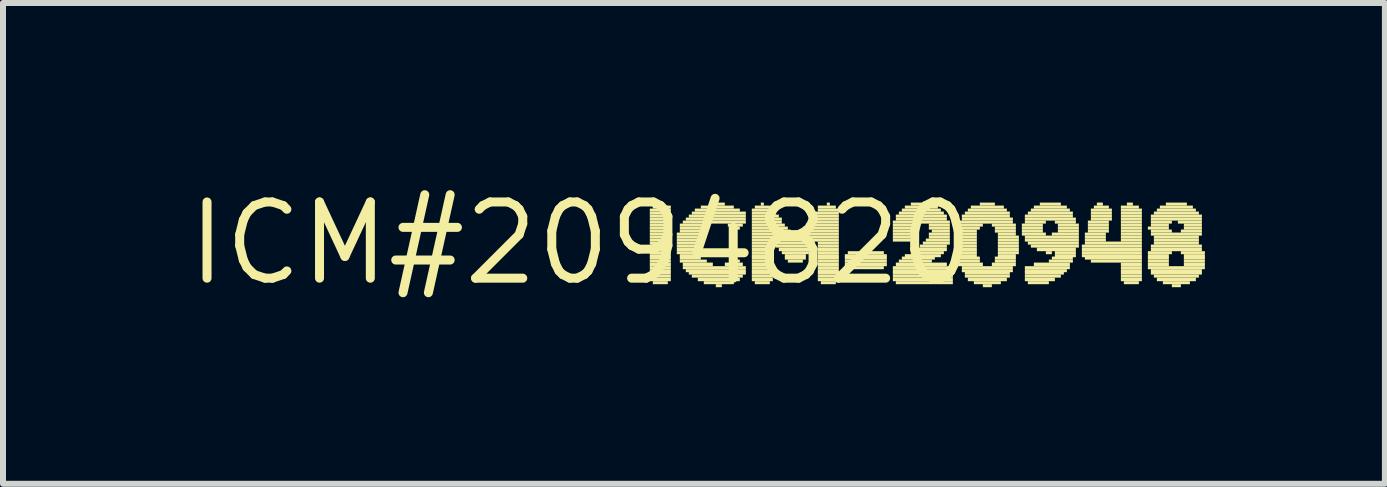
<source format=kicad_pcb>
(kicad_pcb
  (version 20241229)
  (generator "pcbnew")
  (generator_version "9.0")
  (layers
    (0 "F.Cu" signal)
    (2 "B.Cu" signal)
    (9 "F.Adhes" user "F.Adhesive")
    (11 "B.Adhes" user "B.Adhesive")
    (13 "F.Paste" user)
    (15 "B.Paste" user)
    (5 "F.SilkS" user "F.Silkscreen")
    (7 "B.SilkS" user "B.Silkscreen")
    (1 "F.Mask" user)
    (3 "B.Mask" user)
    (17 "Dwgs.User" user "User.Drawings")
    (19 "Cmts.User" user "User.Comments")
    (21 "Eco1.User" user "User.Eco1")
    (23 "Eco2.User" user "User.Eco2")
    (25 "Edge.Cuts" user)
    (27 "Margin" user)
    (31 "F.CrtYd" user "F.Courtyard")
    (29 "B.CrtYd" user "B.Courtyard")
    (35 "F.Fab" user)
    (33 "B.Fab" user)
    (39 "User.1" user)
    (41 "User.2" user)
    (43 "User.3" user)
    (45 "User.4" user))
  (footprint "ICM#2094820"
    (layer "F.Cu")
    (at 6.629 1.006)
    (property "Reference" "ICM#2094820" (at 0 0 0) (layer "F.SilkS") (effects (font (size 1.27 1.27) (thickness 0.15))))
    (attr through_hole)
    (fp_poly (pts (xy 1.15 -0.53) (xy 1.5 -0.53) (xy 1.5 -0.58) (xy 1.15 -0.58)) (stroke (width 0) (type solid)) (fill yes) (layer "F.SilkS"))
    (fp_poly (pts (xy 1.15 -0.48) (xy 1.5 -0.48) (xy 1.5 -0.53) (xy 1.15 -0.53)) (stroke (width 0) (type solid)) (fill yes) (layer "F.SilkS"))
    (fp_poly (pts (xy 1.15 -0.43) (xy 1.5 -0.43) (xy 1.5 -0.48) (xy 1.15 -0.48)) (stroke (width 0) (type solid)) (fill yes) (layer "F.SilkS"))
    (fp_poly (pts (xy 1.15 -0.38) (xy 1.5 -0.38) (xy 1.5 -0.43) (xy 1.15 -0.43)) (stroke (width 0) (type solid)) (fill yes) (layer "F.SilkS"))
    (fp_poly (pts (xy 1.15 -0.33) (xy 1.5 -0.33) (xy 1.5 -0.38) (xy 1.15 -0.38)) (stroke (width 0) (type solid)) (fill yes) (layer "F.SilkS"))
    (fp_poly (pts (xy 1.15 -0.28) (xy 1.5 -0.28) (xy 1.5 -0.33) (xy 1.15 -0.33)) (stroke (width 0) (type solid)) (fill yes) (layer "F.SilkS"))
    (fp_poly (pts (xy 1.15 -0.23) (xy 1.5 -0.23) (xy 1.5 -0.28) (xy 1.15 -0.28)) (stroke (width 0) (type solid)) (fill yes) (layer "F.SilkS"))
    (fp_poly (pts (xy 1.15 -0.18) (xy 1.5 -0.18) (xy 1.5 -0.23) (xy 1.15 -0.23)) (stroke (width 0) (type solid)) (fill yes) (layer "F.SilkS"))
    (fp_poly (pts (xy 1.15 -0.13) (xy 1.5 -0.13) (xy 1.5 -0.18) (xy 1.15 -0.18)) (stroke (width 0) (type solid)) (fill yes) (layer "F.SilkS"))
    (fp_poly (pts (xy 1.15 -0.08) (xy 1.5 -0.08) (xy 1.5 -0.13) (xy 1.15 -0.13)) (stroke (width 0) (type solid)) (fill yes) (layer "F.SilkS"))
    (fp_poly (pts (xy 1.15 -0.03) (xy 1.5 -0.03) (xy 1.5 -0.08) (xy 1.15 -0.08)) (stroke (width 0) (type solid)) (fill yes) (layer "F.SilkS"))
    (fp_poly (pts (xy 1.15 0.02) (xy 1.5 0.02) (xy 1.5 -0.03) (xy 1.15 -0.03)) (stroke (width 0) (type solid)) (fill yes) (layer "F.SilkS"))
    (fp_poly (pts (xy 1.15 0.07) (xy 1.5 0.07) (xy 1.5 0.02) (xy 1.15 0.02)) (stroke (width 0) (type solid)) (fill yes) (layer "F.SilkS"))
    (fp_poly (pts (xy 1.15 0.13) (xy 1.5 0.13) (xy 1.5 0.07) (xy 1.15 0.07)) (stroke (width 0) (type solid)) (fill yes) (layer "F.SilkS"))
    (fp_poly (pts (xy 1.15 0.18) (xy 1.5 0.18) (xy 1.5 0.13) (xy 1.15 0.13)) (stroke (width 0) (type solid)) (fill yes) (layer "F.SilkS"))
    (fp_poly (pts (xy 1.15 0.23) (xy 1.5 0.23) (xy 1.5 0.18) (xy 1.15 0.18)) (stroke (width 0) (type solid)) (fill yes) (layer "F.SilkS"))
    (fp_poly (pts (xy 1.15 0.27) (xy 1.5 0.27) (xy 1.5 0.22) (xy 1.15 0.22)) (stroke (width 0) (type solid)) (fill yes) (layer "F.SilkS"))
    (fp_poly (pts (xy 1.15 0.32) (xy 1.5 0.32) (xy 1.5 0.27) (xy 1.15 0.27)) (stroke (width 0) (type solid)) (fill yes) (layer "F.SilkS"))
    (fp_poly (pts (xy 1.15 0.38) (xy 1.5 0.38) (xy 1.5 0.32) (xy 1.15 0.32)) (stroke (width 0) (type solid)) (fill yes) (layer "F.SilkS"))
    (fp_poly (pts (xy 1.15 0.43) (xy 1.5 0.43) (xy 1.5 0.38) (xy 1.15 0.38)) (stroke (width 0) (type solid)) (fill yes) (layer "F.SilkS"))
    (fp_poly (pts (xy 1.15 0.48) (xy 1.5 0.48) (xy 1.5 0.43) (xy 1.15 0.43)) (stroke (width 0) (type solid)) (fill yes) (layer "F.SilkS"))
    (fp_poly (pts (xy 1.15 0.52) (xy 1.5 0.52) (xy 1.5 0.47) (xy 1.15 0.47)) (stroke (width 0) (type solid)) (fill yes) (layer "F.SilkS"))
    (fp_poly (pts (xy 1.15 0.57) (xy 1.5 0.57) (xy 1.5 0.52) (xy 1.15 0.52)) (stroke (width 0) (type solid)) (fill yes) (layer "F.SilkS"))
    (fp_poly (pts (xy 1.15 0.63) (xy 1.5 0.63) (xy 1.5 0.57) (xy 1.15 0.57)) (stroke (width 0) (type solid)) (fill yes) (layer "F.SilkS"))
    (fp_poly (pts (xy 1.2 -0.58) (xy 1.5 -0.58) (xy 1.5 -0.63) (xy 1.2 -0.63)) (stroke (width 0) (type solid)) (fill yes) (layer "F.SilkS"))
    (fp_poly (pts (xy 1.2 0.68) (xy 1.45 0.68) (xy 1.45 0.63) (xy 1.2 0.63)) (stroke (width 0) (type solid)) (fill yes) (layer "F.SilkS"))
    (fp_poly (pts (xy 1.3 -0.63) (xy 1.35 -0.63) (xy 1.35 -0.68) (xy 1.3 -0.68)) (stroke (width 0) (type solid)) (fill yes) (layer "F.SilkS"))
    (fp_poly (pts (xy 1.6 -0.13) (xy 2 -0.13) (xy 2 -0.18) (xy 1.6 -0.18)) (stroke (width 0) (type solid)) (fill yes) (layer "F.SilkS"))
    (fp_poly (pts (xy 1.6 -0.08) (xy 1.95 -0.08) (xy 1.95 -0.13) (xy 1.6 -0.13)) (stroke (width 0) (type solid)) (fill yes) (layer "F.SilkS"))
    (fp_poly (pts (xy 1.6 -0.03) (xy 1.95 -0.03) (xy 1.95 -0.08) (xy 1.6 -0.08)) (stroke (width 0) (type solid)) (fill yes) (layer "F.SilkS"))
    (fp_poly (pts (xy 1.6 0.02) (xy 1.95 0.02) (xy 1.95 -0.03) (xy 1.6 -0.03)) (stroke (width 0) (type solid)) (fill yes) (layer "F.SilkS"))
    (fp_poly (pts (xy 1.6 0.07) (xy 1.95 0.07) (xy 1.95 0.02) (xy 1.6 0.02)) (stroke (width 0) (type solid)) (fill yes) (layer "F.SilkS"))
    (fp_poly (pts (xy 1.6 0.13) (xy 1.95 0.13) (xy 1.95 0.07) (xy 1.6 0.07)) (stroke (width 0) (type solid)) (fill yes) (layer "F.SilkS"))
    (fp_poly (pts (xy 1.6 0.18) (xy 1.95 0.18) (xy 1.95 0.13) (xy 1.6 0.13)) (stroke (width 0) (type solid)) (fill yes) (layer "F.SilkS"))
    (fp_poly (pts (xy 1.65 -0.28) (xy 2.15 -0.28) (xy 2.15 -0.33) (xy 1.65 -0.33)) (stroke (width 0) (type solid)) (fill yes) (layer "F.SilkS"))
    (fp_poly (pts (xy 1.65 -0.23) (xy 2.05 -0.23) (xy 2.05 -0.28) (xy 1.65 -0.28)) (stroke (width 0) (type solid)) (fill yes) (layer "F.SilkS"))
    (fp_poly (pts (xy 1.65 -0.18) (xy 2 -0.18) (xy 2 -0.23) (xy 1.65 -0.23)) (stroke (width 0) (type solid)) (fill yes) (layer "F.SilkS"))
    (fp_poly (pts (xy 1.65 0.23) (xy 2 0.23) (xy 2 0.18) (xy 1.65 0.18)) (stroke (width 0) (type solid)) (fill yes) (layer "F.SilkS"))
    (fp_poly (pts (xy 1.65 0.27) (xy 2 0.27) (xy 2 0.22) (xy 1.65 0.22)) (stroke (width 0) (type solid)) (fill yes) (layer "F.SilkS"))
    (fp_poly (pts (xy 1.65 0.32) (xy 2.1 0.32) (xy 2.1 0.27) (xy 1.65 0.27)) (stroke (width 0) (type solid)) (fill yes) (layer "F.SilkS"))
    (fp_poly (pts (xy 1.7 -0.33) (xy 2.75 -0.33) (xy 2.75 -0.38) (xy 1.7 -0.38)) (stroke (width 0) (type solid)) (fill yes) (layer "F.SilkS"))
    (fp_poly (pts (xy 1.7 0.38) (xy 2.2 0.38) (xy 2.2 0.32) (xy 1.7 0.32)) (stroke (width 0) (type solid)) (fill yes) (layer "F.SilkS"))
    (fp_poly (pts (xy 1.7 0.43) (xy 2.75 0.43) (xy 2.75 0.38) (xy 1.7 0.38)) (stroke (width 0) (type solid)) (fill yes) (layer "F.SilkS"))
    (fp_poly (pts (xy 1.75 -0.38) (xy 2.75 -0.38) (xy 2.75 -0.43) (xy 1.75 -0.43)) (stroke (width 0) (type solid)) (fill yes) (layer "F.SilkS"))
    (fp_poly (pts (xy 1.75 0.48) (xy 2.75 0.48) (xy 2.75 0.43) (xy 1.75 0.43)) (stroke (width 0) (type solid)) (fill yes) (layer "F.SilkS"))
    (fp_poly (pts (xy 1.8 -0.43) (xy 2.75 -0.43) (xy 2.75 -0.48) (xy 1.8 -0.48)) (stroke (width 0) (type solid)) (fill yes) (layer "F.SilkS"))
    (fp_poly (pts (xy 1.8 0.52) (xy 2.75 0.52) (xy 2.75 0.47) (xy 1.8 0.47)) (stroke (width 0) (type solid)) (fill yes) (layer "F.SilkS"))
    (fp_poly (pts (xy 1.85 -0.48) (xy 2.75 -0.48) (xy 2.75 -0.53) (xy 1.85 -0.53)) (stroke (width 0) (type solid)) (fill yes) (layer "F.SilkS"))
    (fp_poly (pts (xy 1.85 0.57) (xy 2.7 0.57) (xy 2.7 0.52) (xy 1.85 0.52)) (stroke (width 0) (type solid)) (fill yes) (layer "F.SilkS"))
    (fp_poly (pts (xy 1.9 -0.53) (xy 2.65 -0.53) (xy 2.65 -0.58) (xy 1.9 -0.58)) (stroke (width 0) (type solid)) (fill yes) (layer "F.SilkS"))
    (fp_poly (pts (xy 1.95 0.63) (xy 2.65 0.63) (xy 2.65 0.57) (xy 1.95 0.57)) (stroke (width 0) (type solid)) (fill yes) (layer "F.SilkS"))
    (fp_poly (pts (xy 2 -0.58) (xy 2.55 -0.58) (xy 2.55 -0.63) (xy 2 -0.63)) (stroke (width 0) (type solid)) (fill yes) (layer "F.SilkS"))
    (fp_poly (pts (xy 2.05 0.68) (xy 2.55 0.68) (xy 2.55 0.63) (xy 2.05 0.63)) (stroke (width 0) (type solid)) (fill yes) (layer "F.SilkS"))
    (fp_poly (pts (xy 2.15 -0.63) (xy 2.4 -0.63) (xy 2.4 -0.68) (xy 2.15 -0.68)) (stroke (width 0) (type solid)) (fill yes) (layer "F.SilkS"))
    (fp_poly (pts (xy 2.25 0.73) (xy 2.35 0.73) (xy 2.35 0.68) (xy 2.25 0.68)) (stroke (width 0) (type solid)) (fill yes) (layer "F.SilkS"))
    (fp_poly (pts (xy 2.4 0.38) (xy 2.7 0.38) (xy 2.7 0.32) (xy 2.4 0.32)) (stroke (width 0) (type solid)) (fill yes) (layer "F.SilkS"))
    (fp_poly (pts (xy 2.45 -0.28) (xy 2.7 -0.28) (xy 2.7 -0.33) (xy 2.45 -0.33)) (stroke (width 0) (type solid)) (fill yes) (layer "F.SilkS"))
    (fp_poly (pts (xy 2.5 -0.23) (xy 2.65 -0.23) (xy 2.65 -0.28) (xy 2.5 -0.28)) (stroke (width 0) (type solid)) (fill yes) (layer "F.SilkS"))
    (fp_poly (pts (xy 2.5 0.32) (xy 2.65 0.32) (xy 2.65 0.27) (xy 2.5 0.27)) (stroke (width 0) (type solid)) (fill yes) (layer "F.SilkS"))
    (fp_poly (pts (xy 2.85 -0.53) (xy 3.2 -0.53) (xy 3.2 -0.58) (xy 2.85 -0.58)) (stroke (width 0) (type solid)) (fill yes) (layer "F.SilkS"))
    (fp_poly (pts (xy 2.85 -0.48) (xy 3.25 -0.48) (xy 3.25 -0.53) (xy 2.85 -0.53)) (stroke (width 0) (type solid)) (fill yes) (layer "F.SilkS"))
    (fp_poly (pts (xy 2.85 -0.43) (xy 3.3 -0.43) (xy 3.3 -0.48) (xy 2.85 -0.48)) (stroke (width 0) (type solid)) (fill yes) (layer "F.SilkS"))
    (fp_poly (pts (xy 2.85 -0.38) (xy 3.35 -0.38) (xy 3.35 -0.43) (xy 2.85 -0.43)) (stroke (width 0) (type solid)) (fill yes) (layer "F.SilkS"))
    (fp_poly (pts (xy 2.85 -0.33) (xy 3.35 -0.33) (xy 3.35 -0.38) (xy 2.85 -0.38)) (stroke (width 0) (type solid)) (fill yes) (layer "F.SilkS"))
    (fp_poly (pts (xy 2.85 -0.28) (xy 3.4 -0.28) (xy 3.4 -0.33) (xy 2.85 -0.33)) (stroke (width 0) (type solid)) (fill yes) (layer "F.SilkS"))
    (fp_poly (pts (xy 2.85 -0.23) (xy 3.45 -0.23) (xy 3.45 -0.28) (xy 2.85 -0.28)) (stroke (width 0) (type solid)) (fill yes) (layer "F.SilkS"))
    (fp_poly (pts (xy 2.85 -0.18) (xy 3.5 -0.18) (xy 3.5 -0.23) (xy 2.85 -0.23)) (stroke (width 0) (type solid)) (fill yes) (layer "F.SilkS"))
    (fp_poly (pts (xy 2.85 -0.13) (xy 3.5 -0.13) (xy 3.5 -0.18) (xy 2.85 -0.18)) (stroke (width 0) (type solid)) (fill yes) (layer "F.SilkS"))
    (fp_poly (pts (xy 2.85 -0.08) (xy 3.55 -0.08) (xy 3.55 -0.13) (xy 2.85 -0.13)) (stroke (width 0) (type solid)) (fill yes) (layer "F.SilkS"))
    (fp_poly (pts (xy 2.85 -0.03) (xy 4.3 -0.03) (xy 4.3 -0.08) (xy 2.85 -0.08)) (stroke (width 0) (type solid)) (fill yes) (layer "F.SilkS"))
    (fp_poly (pts (xy 2.85 0.02) (xy 3.2 0.02) (xy 3.2 -0.03) (xy 2.85 -0.03)) (stroke (width 0) (type solid)) (fill yes) (layer "F.SilkS"))
    (fp_poly (pts (xy 2.85 0.07) (xy 3.2 0.07) (xy 3.2 0.02) (xy 2.85 0.02)) (stroke (width 0) (type solid)) (fill yes) (layer "F.SilkS"))
    (fp_poly (pts (xy 2.85 0.13) (xy 3.2 0.13) (xy 3.2 0.07) (xy 2.85 0.07)) (stroke (width 0) (type solid)) (fill yes) (layer "F.SilkS"))
    (fp_poly (pts (xy 2.85 0.18) (xy 3.2 0.18) (xy 3.2 0.13) (xy 2.85 0.13)) (stroke (width 0) (type solid)) (fill yes) (layer "F.SilkS"))
    (fp_poly (pts (xy 2.85 0.23) (xy 3.2 0.23) (xy 3.2 0.18) (xy 2.85 0.18)) (stroke (width 0) (type solid)) (fill yes) (layer "F.SilkS"))
    (fp_poly (pts (xy 2.85 0.27) (xy 3.2 0.27) (xy 3.2 0.22) (xy 2.85 0.22)) (stroke (width 0) (type solid)) (fill yes) (layer "F.SilkS"))
    (fp_poly (pts (xy 2.85 0.32) (xy 3.2 0.32) (xy 3.2 0.27) (xy 2.85 0.27)) (stroke (width 0) (type solid)) (fill yes) (layer "F.SilkS"))
    (fp_poly (pts (xy 2.85 0.38) (xy 3.2 0.38) (xy 3.2 0.32) (xy 2.85 0.32)) (stroke (width 0) (type solid)) (fill yes) (layer "F.SilkS"))
    (fp_poly (pts (xy 2.85 0.43) (xy 3.2 0.43) (xy 3.2 0.38) (xy 2.85 0.38)) (stroke (width 0) (type solid)) (fill yes) (layer "F.SilkS"))
    (fp_poly (pts (xy 2.85 0.48) (xy 3.2 0.48) (xy 3.2 0.43) (xy 2.85 0.43)) (stroke (width 0) (type solid)) (fill yes) (layer "F.SilkS"))
    (fp_poly (pts (xy 2.85 0.52) (xy 3.2 0.52) (xy 3.2 0.47) (xy 2.85 0.47)) (stroke (width 0) (type solid)) (fill yes) (layer "F.SilkS"))
    (fp_poly (pts (xy 2.85 0.57) (xy 3.2 0.57) (xy 3.2 0.52) (xy 2.85 0.52)) (stroke (width 0) (type solid)) (fill yes) (layer "F.SilkS"))
    (fp_poly (pts (xy 2.85 0.63) (xy 3.2 0.63) (xy 3.2 0.57) (xy 2.85 0.57)) (stroke (width 0) (type solid)) (fill yes) (layer "F.SilkS"))
    (fp_poly (pts (xy 2.9 -0.58) (xy 3.15 -0.58) (xy 3.15 -0.63) (xy 2.9 -0.63)) (stroke (width 0) (type solid)) (fill yes) (layer "F.SilkS"))
    (fp_poly (pts (xy 2.9 0.68) (xy 3.15 0.68) (xy 3.15 0.63) (xy 2.9 0.63)) (stroke (width 0) (type solid)) (fill yes) (layer "F.SilkS"))
    (fp_poly (pts (xy 3 -0.63) (xy 3.05 -0.63) (xy 3.05 -0.68) (xy 3 -0.68)) (stroke (width 0) (type solid)) (fill yes) (layer "F.SilkS"))
    (fp_poly (pts (xy 3.25 0.02) (xy 3.9 0.02) (xy 3.9 -0.03) (xy 3.25 -0.03)) (stroke (width 0) (type solid)) (fill yes) (layer "F.SilkS"))
    (fp_poly (pts (xy 3.25 0.07) (xy 3.85 0.07) (xy 3.85 0.02) (xy 3.25 0.02)) (stroke (width 0) (type solid)) (fill yes) (layer "F.SilkS"))
    (fp_poly (pts (xy 3.3 0.13) (xy 3.85 0.13) (xy 3.85 0.07) (xy 3.3 0.07)) (stroke (width 0) (type solid)) (fill yes) (layer "F.SilkS"))
    (fp_poly (pts (xy 3.35 0.18) (xy 3.8 0.18) (xy 3.8 0.13) (xy 3.35 0.13)) (stroke (width 0) (type solid)) (fill yes) (layer "F.SilkS"))
    (fp_poly (pts (xy 3.4 0.23) (xy 3.75 0.23) (xy 3.75 0.18) (xy 3.4 0.18)) (stroke (width 0) (type solid)) (fill yes) (layer "F.SilkS"))
    (fp_poly (pts (xy 3.4 0.27) (xy 3.75 0.27) (xy 3.75 0.22) (xy 3.4 0.22)) (stroke (width 0) (type solid)) (fill yes) (layer "F.SilkS"))
    (fp_poly (pts (xy 3.45 0.32) (xy 3.7 0.32) (xy 3.7 0.27) (xy 3.45 0.27)) (stroke (width 0) (type solid)) (fill yes) (layer "F.SilkS"))
    (fp_poly (pts (xy 3.6 -0.08) (xy 4.3 -0.08) (xy 4.3 -0.13) (xy 3.6 -0.13)) (stroke (width 0) (type solid)) (fill yes) (layer "F.SilkS"))
    (fp_poly (pts (xy 3.65 -0.18) (xy 4.3 -0.18) (xy 4.3 -0.23) (xy 3.65 -0.23)) (stroke (width 0) (type solid)) (fill yes) (layer "F.SilkS"))
    (fp_poly (pts (xy 3.65 -0.13) (xy 4.3 -0.13) (xy 4.3 -0.18) (xy 3.65 -0.18)) (stroke (width 0) (type solid)) (fill yes) (layer "F.SilkS"))
    (fp_poly (pts (xy 3.7 -0.23) (xy 4.3 -0.23) (xy 4.3 -0.28) (xy 3.7 -0.28)) (stroke (width 0) (type solid)) (fill yes) (layer "F.SilkS"))
    (fp_poly (pts (xy 3.75 -0.28) (xy 4.3 -0.28) (xy 4.3 -0.33) (xy 3.75 -0.33)) (stroke (width 0) (type solid)) (fill yes) (layer "F.SilkS"))
    (fp_poly (pts (xy 3.8 -0.38) (xy 4.3 -0.38) (xy 4.3 -0.43) (xy 3.8 -0.43)) (stroke (width 0) (type solid)) (fill yes) (layer "F.SilkS"))
    (fp_poly (pts (xy 3.8 -0.33) (xy 4.3 -0.33) (xy 4.3 -0.38) (xy 3.8 -0.38)) (stroke (width 0) (type solid)) (fill yes) (layer "F.SilkS"))
    (fp_poly (pts (xy 3.85 -0.43) (xy 4.3 -0.43) (xy 4.3 -0.48) (xy 3.85 -0.48)) (stroke (width 0) (type solid)) (fill yes) (layer "F.SilkS"))
    (fp_poly (pts (xy 3.9 -0.48) (xy 4.3 -0.48) (xy 4.3 -0.53) (xy 3.9 -0.53)) (stroke (width 0) (type solid)) (fill yes) (layer "F.SilkS"))
    (fp_poly (pts (xy 3.95 -0.58) (xy 4.25 -0.58) (xy 4.25 -0.63) (xy 3.95 -0.63)) (stroke (width 0) (type solid)) (fill yes) (layer "F.SilkS"))
    (fp_poly (pts (xy 3.95 -0.53) (xy 4.3 -0.53) (xy 4.3 -0.58) (xy 3.95 -0.58)) (stroke (width 0) (type solid)) (fill yes) (layer "F.SilkS"))
    (fp_poly (pts (xy 3.95 0.02) (xy 4.3 0.02) (xy 4.3 -0.03) (xy 3.95 -0.03)) (stroke (width 0) (type solid)) (fill yes) (layer "F.SilkS"))
    (fp_poly (pts (xy 3.95 0.07) (xy 4.3 0.07) (xy 4.3 0.02) (xy 3.95 0.02)) (stroke (width 0) (type solid)) (fill yes) (layer "F.SilkS"))
    (fp_poly (pts (xy 3.95 0.13) (xy 4.3 0.13) (xy 4.3 0.07) (xy 3.95 0.07)) (stroke (width 0) (type solid)) (fill yes) (layer "F.SilkS"))
    (fp_poly (pts (xy 3.95 0.18) (xy 4.3 0.18) (xy 4.3 0.13) (xy 3.95 0.13)) (stroke (width 0) (type solid)) (fill yes) (layer "F.SilkS"))
    (fp_poly (pts (xy 3.95 0.23) (xy 4.3 0.23) (xy 4.3 0.18) (xy 3.95 0.18)) (stroke (width 0) (type solid)) (fill yes) (layer "F.SilkS"))
    (fp_poly (pts (xy 3.95 0.27) (xy 4.3 0.27) (xy 4.3 0.22) (xy 3.95 0.22)) (stroke (width 0) (type solid)) (fill yes) (layer "F.SilkS"))
    (fp_poly (pts (xy 3.95 0.32) (xy 4.3 0.32) (xy 4.3 0.27) (xy 3.95 0.27)) (stroke (width 0) (type solid)) (fill yes) (layer "F.SilkS"))
    (fp_poly (pts (xy 3.95 0.38) (xy 4.3 0.38) (xy 4.3 0.32) (xy 3.95 0.32)) (stroke (width 0) (type solid)) (fill yes) (layer "F.SilkS"))
    (fp_poly (pts (xy 3.95 0.43) (xy 4.3 0.43) (xy 4.3 0.38) (xy 3.95 0.38)) (stroke (width 0) (type solid)) (fill yes) (layer "F.SilkS"))
    (fp_poly (pts (xy 3.95 0.48) (xy 4.3 0.48) (xy 4.3 0.43) (xy 3.95 0.43)) (stroke (width 0) (type solid)) (fill yes) (layer "F.SilkS"))
    (fp_poly (pts (xy 3.95 0.52) (xy 4.3 0.52) (xy 4.3 0.47) (xy 3.95 0.47)) (stroke (width 0) (type solid)) (fill yes) (layer "F.SilkS"))
    (fp_poly (pts (xy 3.95 0.57) (xy 4.3 0.57) (xy 4.3 0.52) (xy 3.95 0.52)) (stroke (width 0) (type solid)) (fill yes) (layer "F.SilkS"))
    (fp_poly (pts (xy 3.95 0.63) (xy 4.3 0.63) (xy 4.3 0.57) (xy 3.95 0.57)) (stroke (width 0) (type solid)) (fill yes) (layer "F.SilkS"))
    (fp_poly (pts (xy 4 0.68) (xy 4.25 0.68) (xy 4.25 0.63) (xy 4 0.63)) (stroke (width 0) (type solid)) (fill yes) (layer "F.SilkS"))
    (fp_poly (pts (xy 4.1 -0.63) (xy 4.15 -0.63) (xy 4.15 -0.68) (xy 4.1 -0.68)) (stroke (width 0) (type solid)) (fill yes) (layer "F.SilkS"))
    (fp_poly (pts (xy 4.4 0.23) (xy 5.1 0.23) (xy 5.1 0.18) (xy 4.4 0.18)) (stroke (width 0) (type solid)) (fill yes) (layer "F.SilkS"))
    (fp_poly (pts (xy 4.4 0.27) (xy 5.1 0.27) (xy 5.1 0.22) (xy 4.4 0.22)) (stroke (width 0) (type solid)) (fill yes) (layer "F.SilkS"))
    (fp_poly (pts (xy 4.4 0.32) (xy 5.1 0.32) (xy 5.1 0.27) (xy 4.4 0.27)) (stroke (width 0) (type solid)) (fill yes) (layer "F.SilkS"))
    (fp_poly (pts (xy 4.4 0.38) (xy 5.1 0.38) (xy 5.1 0.32) (xy 4.4 0.32)) (stroke (width 0) (type solid)) (fill yes) (layer "F.SilkS"))
    (fp_poly (pts (xy 4.4 0.43) (xy 5.05 0.43) (xy 5.05 0.38) (xy 4.4 0.38)) (stroke (width 0) (type solid)) (fill yes) (layer "F.SilkS"))
    (fp_poly (pts (xy 4.45 0.18) (xy 5.05 0.18) (xy 5.05 0.13) (xy 4.45 0.13)) (stroke (width 0) (type solid)) (fill yes) (layer "F.SilkS"))
    (fp_poly (pts (xy 5.2 -0.33) (xy 6.15 -0.33) (xy 6.15 -0.38) (xy 5.2 -0.38)) (stroke (width 0) (type solid)) (fill yes) (layer "F.SilkS"))
    (fp_poly (pts (xy 5.2 -0.28) (xy 5.55 -0.28) (xy 5.55 -0.33) (xy 5.2 -0.33)) (stroke (width 0) (type solid)) (fill yes) (layer "F.SilkS"))
    (fp_poly (pts (xy 5.2 -0.23) (xy 5.55 -0.23) (xy 5.55 -0.28) (xy 5.2 -0.28)) (stroke (width 0) (type solid)) (fill yes) (layer "F.SilkS"))
    (fp_poly (pts (xy 5.2 -0.18) (xy 5.5 -0.18) (xy 5.5 -0.23) (xy 5.2 -0.23)) (stroke (width 0) (type solid)) (fill yes) (layer "F.SilkS"))
    (fp_poly (pts (xy 5.2 -0.13) (xy 5.5 -0.13) (xy 5.5 -0.18) (xy 5.2 -0.18)) (stroke (width 0) (type solid)) (fill yes) (layer "F.SilkS"))
    (fp_poly (pts (xy 5.2 -0.08) (xy 5.5 -0.08) (xy 5.5 -0.13) (xy 5.2 -0.13)) (stroke (width 0) (type solid)) (fill yes) (layer "F.SilkS"))
    (fp_poly (pts (xy 5.2 -0.03) (xy 5.5 -0.03) (xy 5.5 -0.08) (xy 5.2 -0.08)) (stroke (width 0) (type solid)) (fill yes) (layer "F.SilkS"))
    (fp_poly (pts (xy 5.2 0.43) (xy 6.2 0.43) (xy 6.2 0.38) (xy 5.2 0.38)) (stroke (width 0) (type solid)) (fill yes) (layer "F.SilkS"))
    (fp_poly (pts (xy 5.2 0.48) (xy 6.2 0.48) (xy 6.2 0.43) (xy 5.2 0.43)) (stroke (width 0) (type solid)) (fill yes) (layer "F.SilkS"))
    (fp_poly (pts (xy 5.2 0.52) (xy 6.2 0.52) (xy 6.2 0.47) (xy 5.2 0.47)) (stroke (width 0) (type solid)) (fill yes) (layer "F.SilkS"))
    (fp_poly (pts (xy 5.2 0.57) (xy 6.2 0.57) (xy 6.2 0.52) (xy 5.2 0.52)) (stroke (width 0) (type solid)) (fill yes) (layer "F.SilkS"))
    (fp_poly (pts (xy 5.2 0.63) (xy 6.2 0.63) (xy 6.2 0.57) (xy 5.2 0.57)) (stroke (width 0) (type solid)) (fill yes) (layer "F.SilkS"))
    (fp_poly (pts (xy 5.25 -0.43) (xy 6.1 -0.43) (xy 6.1 -0.48) (xy 5.25 -0.48)) (stroke (width 0) (type solid)) (fill yes) (layer "F.SilkS"))
    (fp_poly (pts (xy 5.25 -0.38) (xy 6.1 -0.38) (xy 6.1 -0.43) (xy 5.25 -0.43)) (stroke (width 0) (type solid)) (fill yes) (layer "F.SilkS"))
    (fp_poly (pts (xy 5.25 0.38) (xy 6.1 0.38) (xy 6.1 0.32) (xy 5.25 0.32)) (stroke (width 0) (type solid)) (fill yes) (layer "F.SilkS"))
    (fp_poly (pts (xy 5.25 0.68) (xy 6.2 0.68) (xy 6.2 0.63) (xy 5.25 0.63)) (stroke (width 0) (type solid)) (fill yes) (layer "F.SilkS"))
    (fp_poly (pts (xy 5.3 -0.48) (xy 6.05 -0.48) (xy 6.05 -0.53) (xy 5.3 -0.53)) (stroke (width 0) (type solid)) (fill yes) (layer "F.SilkS"))
    (fp_poly (pts (xy 5.3 0.32) (xy 5.85 0.32) (xy 5.85 0.27) (xy 5.3 0.27)) (stroke (width 0) (type solid)) (fill yes) (layer "F.SilkS"))
    (fp_poly (pts (xy 5.35 -0.53) (xy 6 -0.53) (xy 6 -0.58) (xy 5.35 -0.58)) (stroke (width 0) (type solid)) (fill yes) (layer "F.SilkS"))
    (fp_poly (pts (xy 5.35 0.27) (xy 5.9 0.27) (xy 5.9 0.22) (xy 5.35 0.22)) (stroke (width 0) (type solid)) (fill yes) (layer "F.SilkS"))
    (fp_poly (pts (xy 5.4 -0.58) (xy 5.95 -0.58) (xy 5.95 -0.63) (xy 5.4 -0.63)) (stroke (width 0) (type solid)) (fill yes) (layer "F.SilkS"))
    (fp_poly (pts (xy 5.4 0.23) (xy 6 0.23) (xy 6 0.18) (xy 5.4 0.18)) (stroke (width 0) (type solid)) (fill yes) (layer "F.SilkS"))
    (fp_poly (pts (xy 5.5 -0.63) (xy 5.8 -0.63) (xy 5.8 -0.68) (xy 5.5 -0.68)) (stroke (width 0) (type solid)) (fill yes) (layer "F.SilkS"))
    (fp_poly (pts (xy 5.5 0.18) (xy 6.05 0.18) (xy 6.05 0.13) (xy 5.5 0.13)) (stroke (width 0) (type solid)) (fill yes) (layer "F.SilkS"))
    (fp_poly (pts (xy 5.55 0.13) (xy 6.1 0.13) (xy 6.1 0.07) (xy 5.55 0.07)) (stroke (width 0) (type solid)) (fill yes) (layer "F.SilkS"))
    (fp_poly (pts (xy 5.65 0.07) (xy 6.1 0.07) (xy 6.1 0.02) (xy 5.65 0.02)) (stroke (width 0) (type solid)) (fill yes) (layer "F.SilkS"))
    (fp_poly (pts (xy 5.7 0.02) (xy 6.15 0.02) (xy 6.15 -0.03) (xy 5.7 -0.03)) (stroke (width 0) (type solid)) (fill yes) (layer "F.SilkS"))
    (fp_poly (pts (xy 5.75 -0.03) (xy 6.15 -0.03) (xy 6.15 -0.08) (xy 5.75 -0.08)) (stroke (width 0) (type solid)) (fill yes) (layer "F.SilkS"))
    (fp_poly (pts (xy 5.8 -0.28) (xy 6.15 -0.28) (xy 6.15 -0.33) (xy 5.8 -0.33)) (stroke (width 0) (type solid)) (fill yes) (layer "F.SilkS"))
    (fp_poly (pts (xy 5.8 -0.23) (xy 6.15 -0.23) (xy 6.15 -0.28) (xy 5.8 -0.28)) (stroke (width 0) (type solid)) (fill yes) (layer "F.SilkS"))
    (fp_poly (pts (xy 5.8 -0.13) (xy 6.15 -0.13) (xy 6.15 -0.18) (xy 5.8 -0.18)) (stroke (width 0) (type solid)) (fill yes) (layer "F.SilkS"))
    (fp_poly (pts (xy 5.8 -0.08) (xy 6.15 -0.08) (xy 6.15 -0.13) (xy 5.8 -0.13)) (stroke (width 0) (type solid)) (fill yes) (layer "F.SilkS"))
    (fp_poly (pts (xy 5.85 -0.18) (xy 6.15 -0.18) (xy 6.15 -0.23) (xy 5.85 -0.23)) (stroke (width 0) (type solid)) (fill yes) (layer "F.SilkS"))
    (fp_poly (pts (xy 6.25 -0.13) (xy 6.6 -0.13) (xy 6.6 -0.18) (xy 6.25 -0.18)) (stroke (width 0) (type solid)) (fill yes) (layer "F.SilkS"))
    (fp_poly (pts (xy 6.25 -0.08) (xy 6.6 -0.08) (xy 6.6 -0.13) (xy 6.25 -0.13)) (stroke (width 0) (type solid)) (fill yes) (layer "F.SilkS"))
    (fp_poly (pts (xy 6.25 -0.03) (xy 6.6 -0.03) (xy 6.6 -0.08) (xy 6.25 -0.08)) (stroke (width 0) (type solid)) (fill yes) (layer "F.SilkS"))
    (fp_poly (pts (xy 6.25 0.02) (xy 6.6 0.02) (xy 6.6 -0.03) (xy 6.25 -0.03)) (stroke (width 0) (type solid)) (fill yes) (layer "F.SilkS"))
    (fp_poly (pts (xy 6.25 0.07) (xy 6.6 0.07) (xy 6.6 0.02) (xy 6.25 0.02)) (stroke (width 0) (type solid)) (fill yes) (layer "F.SilkS"))
    (fp_poly (pts (xy 6.25 0.13) (xy 6.6 0.13) (xy 6.6 0.07) (xy 6.25 0.07)) (stroke (width 0) (type solid)) (fill yes) (layer "F.SilkS"))
    (fp_poly (pts (xy 6.25 0.18) (xy 6.6 0.18) (xy 6.6 0.13) (xy 6.25 0.13)) (stroke (width 0) (type solid)) (fill yes) (layer "F.SilkS"))
    (fp_poly (pts (xy 6.25 0.23) (xy 6.6 0.23) (xy 6.6 0.18) (xy 6.25 0.18)) (stroke (width 0) (type solid)) (fill yes) (layer "F.SilkS"))
    (fp_poly (pts (xy 6.3 -0.33) (xy 7.2 -0.33) (xy 7.2 -0.38) (xy 6.3 -0.38)) (stroke (width 0) (type solid)) (fill yes) (layer "F.SilkS"))
    (fp_poly (pts (xy 6.3 -0.28) (xy 6.7 -0.28) (xy 6.7 -0.33) (xy 6.3 -0.33)) (stroke (width 0) (type solid)) (fill yes) (layer "F.SilkS"))
    (fp_poly (pts (xy 6.3 -0.23) (xy 6.65 -0.23) (xy 6.65 -0.28) (xy 6.3 -0.28)) (stroke (width 0) (type solid)) (fill yes) (layer "F.SilkS"))
    (fp_poly (pts (xy 6.3 -0.18) (xy 6.6 -0.18) (xy 6.6 -0.23) (xy 6.3 -0.23)) (stroke (width 0) (type solid)) (fill yes) (layer "F.SilkS"))
    (fp_poly (pts (xy 6.3 0.27) (xy 6.65 0.27) (xy 6.65 0.22) (xy 6.3 0.22)) (stroke (width 0) (type solid)) (fill yes) (layer "F.SilkS"))
    (fp_poly (pts (xy 6.3 0.32) (xy 6.65 0.32) (xy 6.65 0.27) (xy 6.3 0.27)) (stroke (width 0) (type solid)) (fill yes) (layer "F.SilkS"))
    (fp_poly (pts (xy 6.3 0.38) (xy 6.7 0.38) (xy 6.7 0.32) (xy 6.3 0.32)) (stroke (width 0) (type solid)) (fill yes) (layer "F.SilkS"))
    (fp_poly (pts (xy 6.35 -0.43) (xy 7.15 -0.43) (xy 7.15 -0.48) (xy 6.35 -0.48)) (stroke (width 0) (type solid)) (fill yes) (layer "F.SilkS"))
    (fp_poly (pts (xy 6.35 -0.38) (xy 7.2 -0.38) (xy 7.2 -0.43) (xy 6.35 -0.43)) (stroke (width 0) (type solid)) (fill yes) (layer "F.SilkS"))
    (fp_poly (pts (xy 6.35 0.43) (xy 7.2 0.43) (xy 7.2 0.38) (xy 6.35 0.38)) (stroke (width 0) (type solid)) (fill yes) (layer "F.SilkS"))
    (fp_poly (pts (xy 6.35 0.48) (xy 7.2 0.48) (xy 7.2 0.43) (xy 6.35 0.43)) (stroke (width 0) (type solid)) (fill yes) (layer "F.SilkS"))
    (fp_poly (pts (xy 6.4 -0.48) (xy 7.15 -0.48) (xy 7.15 -0.53) (xy 6.4 -0.53)) (stroke (width 0) (type solid)) (fill yes) (layer "F.SilkS"))
    (fp_poly (pts (xy 6.4 0.52) (xy 7.15 0.52) (xy 7.15 0.47) (xy 6.4 0.47)) (stroke (width 0) (type solid)) (fill yes) (layer "F.SilkS"))
    (fp_poly (pts (xy 6.4 0.57) (xy 7.15 0.57) (xy 7.15 0.52) (xy 6.4 0.52)) (stroke (width 0) (type solid)) (fill yes) (layer "F.SilkS"))
    (fp_poly (pts (xy 6.45 -0.53) (xy 7.1 -0.53) (xy 7.1 -0.58) (xy 6.45 -0.58)) (stroke (width 0) (type solid)) (fill yes) (layer "F.SilkS"))
    (fp_poly (pts (xy 6.45 0.63) (xy 7.1 0.63) (xy 7.1 0.57) (xy 6.45 0.57)) (stroke (width 0) (type solid)) (fill yes) (layer "F.SilkS"))
    (fp_poly (pts (xy 6.5 -0.58) (xy 7.05 -0.58) (xy 7.05 -0.63) (xy 6.5 -0.63)) (stroke (width 0) (type solid)) (fill yes) (layer "F.SilkS"))
    (fp_poly (pts (xy 6.55 0.68) (xy 7 0.68) (xy 7 0.63) (xy 6.55 0.63)) (stroke (width 0) (type solid)) (fill yes) (layer "F.SilkS"))
    (fp_poly (pts (xy 6.65 -0.63) (xy 6.9 -0.63) (xy 6.9 -0.68) (xy 6.65 -0.68)) (stroke (width 0) (type solid)) (fill yes) (layer "F.SilkS"))
    (fp_poly (pts (xy 6.7 0.73) (xy 6.85 0.73) (xy 6.85 0.68) (xy 6.7 0.68)) (stroke (width 0) (type solid)) (fill yes) (layer "F.SilkS"))
    (fp_poly (pts (xy 6.85 -0.28) (xy 7.25 -0.28) (xy 7.25 -0.33) (xy 6.85 -0.33)) (stroke (width 0) (type solid)) (fill yes) (layer "F.SilkS"))
    (fp_poly (pts (xy 6.85 0.38) (xy 7.25 0.38) (xy 7.25 0.32) (xy 6.85 0.32)) (stroke (width 0) (type solid)) (fill yes) (layer "F.SilkS"))
    (fp_poly (pts (xy 6.9 -0.23) (xy 7.25 -0.23) (xy 7.25 -0.28) (xy 6.9 -0.28)) (stroke (width 0) (type solid)) (fill yes) (layer "F.SilkS"))
    (fp_poly (pts (xy 6.9 -0.18) (xy 7.25 -0.18) (xy 7.25 -0.23) (xy 6.9 -0.23)) (stroke (width 0) (type solid)) (fill yes) (layer "F.SilkS"))
    (fp_poly (pts (xy 6.9 0.27) (xy 7.25 0.27) (xy 7.25 0.22) (xy 6.9 0.22)) (stroke (width 0) (type solid)) (fill yes) (layer "F.SilkS"))
    (fp_poly (pts (xy 6.9 0.32) (xy 7.25 0.32) (xy 7.25 0.27) (xy 6.9 0.27)) (stroke (width 0) (type solid)) (fill yes) (layer "F.SilkS"))
    (fp_poly (pts (xy 6.95 -0.13) (xy 7.25 -0.13) (xy 7.25 -0.18) (xy 6.95 -0.18)) (stroke (width 0) (type solid)) (fill yes) (layer "F.SilkS"))
    (fp_poly (pts (xy 6.95 -0.08) (xy 7.3 -0.08) (xy 7.3 -0.13) (xy 6.95 -0.13)) (stroke (width 0) (type solid)) (fill yes) (layer "F.SilkS"))
    (fp_poly (pts (xy 6.95 -0.03) (xy 7.3 -0.03) (xy 7.3 -0.08) (xy 6.95 -0.08)) (stroke (width 0) (type solid)) (fill yes) (layer "F.SilkS"))
    (fp_poly (pts (xy 6.95 0.02) (xy 7.3 0.02) (xy 7.3 -0.03) (xy 6.95 -0.03)) (stroke (width 0) (type solid)) (fill yes) (layer "F.SilkS"))
    (fp_poly (pts (xy 6.95 0.07) (xy 7.3 0.07) (xy 7.3 0.02) (xy 6.95 0.02)) (stroke (width 0) (type solid)) (fill yes) (layer "F.SilkS"))
    (fp_poly (pts (xy 6.95 0.13) (xy 7.3 0.13) (xy 7.3 0.07) (xy 6.95 0.07)) (stroke (width 0) (type solid)) (fill yes) (layer "F.SilkS"))
    (fp_poly (pts (xy 6.95 0.18) (xy 7.3 0.18) (xy 7.3 0.13) (xy 6.95 0.13)) (stroke (width 0) (type solid)) (fill yes) (layer "F.SilkS"))
    (fp_poly (pts (xy 6.95 0.23) (xy 7.25 0.23) (xy 7.25 0.18) (xy 6.95 0.18)) (stroke (width 0) (type solid)) (fill yes) (layer "F.SilkS"))
    (fp_poly (pts (xy 7.35 -0.28) (xy 7.7 -0.28) (xy 7.7 -0.33) (xy 7.35 -0.33)) (stroke (width 0) (type solid)) (fill yes) (layer "F.SilkS"))
    (fp_poly (pts (xy 7.35 -0.23) (xy 7.7 -0.23) (xy 7.7 -0.28) (xy 7.35 -0.28)) (stroke (width 0) (type solid)) (fill yes) (layer "F.SilkS"))
    (fp_poly (pts (xy 7.35 -0.18) (xy 7.7 -0.18) (xy 7.7 -0.23) (xy 7.35 -0.23)) (stroke (width 0) (type solid)) (fill yes) (layer "F.SilkS"))
    (fp_poly (pts (xy 7.35 -0.13) (xy 7.75 -0.13) (xy 7.75 -0.18) (xy 7.35 -0.18)) (stroke (width 0) (type solid)) (fill yes) (layer "F.SilkS"))
    (fp_poly (pts (xy 7.4 -0.43) (xy 8.2 -0.43) (xy 8.2 -0.48) (xy 7.4 -0.48)) (stroke (width 0) (type solid)) (fill yes) (layer "F.SilkS"))
    (fp_poly (pts (xy 7.4 -0.38) (xy 8.25 -0.38) (xy 8.25 -0.43) (xy 7.4 -0.43)) (stroke (width 0) (type solid)) (fill yes) (layer "F.SilkS"))
    (fp_poly (pts (xy 7.4 -0.33) (xy 7.75 -0.33) (xy 7.75 -0.38) (xy 7.4 -0.38)) (stroke (width 0) (type solid)) (fill yes) (layer "F.SilkS"))
    (fp_poly (pts (xy 7.4 -0.08) (xy 8.3 -0.08) (xy 8.3 -0.13) (xy 7.4 -0.13)) (stroke (width 0) (type solid)) (fill yes) (layer "F.SilkS"))
    (fp_poly (pts (xy 7.4 -0.03) (xy 8.3 -0.03) (xy 8.3 -0.08) (xy 7.4 -0.08)) (stroke (width 0) (type solid)) (fill yes) (layer "F.SilkS"))
    (fp_poly (pts (xy 7.4 0.43) (xy 8.15 0.43) (xy 8.15 0.38) (xy 7.4 0.38)) (stroke (width 0) (type solid)) (fill yes) (layer "F.SilkS"))
    (fp_poly (pts (xy 7.4 0.48) (xy 8.1 0.48) (xy 8.1 0.43) (xy 7.4 0.43)) (stroke (width 0) (type solid)) (fill yes) (layer "F.SilkS"))
    (fp_poly (pts (xy 7.4 0.52) (xy 8.05 0.52) (xy 8.05 0.47) (xy 7.4 0.47)) (stroke (width 0) (type solid)) (fill yes) (layer "F.SilkS"))
    (fp_poly (pts (xy 7.4 0.57) (xy 8 0.57) (xy 8 0.52) (xy 7.4 0.52)) (stroke (width 0) (type solid)) (fill yes) (layer "F.SilkS"))
    (fp_poly (pts (xy 7.4 0.63) (xy 7.9 0.63) (xy 7.9 0.57) (xy 7.4 0.57)) (stroke (width 0) (type solid)) (fill yes) (layer "F.SilkS"))
    (fp_poly (pts (xy 7.45 -0.48) (xy 8.2 -0.48) (xy 8.2 -0.53) (xy 7.45 -0.53)) (stroke (width 0) (type solid)) (fill yes) (layer "F.SilkS"))
    (fp_poly (pts (xy 7.45 0.02) (xy 8.3 0.02) (xy 8.3 -0.03) (xy 7.45 -0.03)) (stroke (width 0) (type solid)) (fill yes) (layer "F.SilkS"))
    (fp_poly (pts (xy 7.45 0.68) (xy 7.8 0.68) (xy 7.8 0.63) (xy 7.45 0.63)) (stroke (width 0) (type solid)) (fill yes) (layer "F.SilkS"))
    (fp_poly (pts (xy 7.5 -0.53) (xy 8.15 -0.53) (xy 8.15 -0.58) (xy 7.5 -0.58)) (stroke (width 0) (type solid)) (fill yes) (layer "F.SilkS"))
    (fp_poly (pts (xy 7.5 0.07) (xy 8.3 0.07) (xy 8.3 0.02) (xy 7.5 0.02)) (stroke (width 0) (type solid)) (fill yes) (layer "F.SilkS"))
    (fp_poly (pts (xy 7.55 -0.58) (xy 8.1 -0.58) (xy 8.1 -0.63) (xy 7.55 -0.63)) (stroke (width 0) (type solid)) (fill yes) (layer "F.SilkS"))
    (fp_poly (pts (xy 7.55 0.38) (xy 8.15 0.38) (xy 8.15 0.32) (xy 7.55 0.32)) (stroke (width 0) (type solid)) (fill yes) (layer "F.SilkS"))
    (fp_poly (pts (xy 7.6 0.13) (xy 8.25 0.13) (xy 8.25 0.07) (xy 7.6 0.07)) (stroke (width 0) (type solid)) (fill yes) (layer "F.SilkS"))
    (fp_poly (pts (xy 7.65 -0.63) (xy 8 -0.63) (xy 8 -0.68) (xy 7.65 -0.68)) (stroke (width 0) (type solid)) (fill yes) (layer "F.SilkS"))
    (fp_poly (pts (xy 7.75 0.18) (xy 7.85 0.18) (xy 7.85 0.13) (xy 7.75 0.13)) (stroke (width 0) (type solid)) (fill yes) (layer "F.SilkS"))
    (fp_poly (pts (xy 7.8 0.32) (xy 8.2 0.32) (xy 8.2 0.27) (xy 7.8 0.27)) (stroke (width 0) (type solid)) (fill yes) (layer "F.SilkS"))
    (fp_poly (pts (xy 7.85 -0.13) (xy 8.3 -0.13) (xy 8.3 -0.18) (xy 7.85 -0.18)) (stroke (width 0) (type solid)) (fill yes) (layer "F.SilkS"))
    (fp_poly (pts (xy 7.85 0.27) (xy 8.2 0.27) (xy 8.2 0.22) (xy 7.85 0.22)) (stroke (width 0) (type solid)) (fill yes) (layer "F.SilkS"))
    (fp_poly (pts (xy 7.9 -0.33) (xy 8.25 -0.33) (xy 8.25 -0.38) (xy 7.9 -0.38)) (stroke (width 0) (type solid)) (fill yes) (layer "F.SilkS"))
    (fp_poly (pts (xy 7.9 0.18) (xy 8.25 0.18) (xy 8.25 0.13) (xy 7.9 0.13)) (stroke (width 0) (type solid)) (fill yes) (layer "F.SilkS"))
    (fp_poly (pts (xy 7.9 0.23) (xy 8.25 0.23) (xy 8.25 0.18) (xy 7.9 0.18)) (stroke (width 0) (type solid)) (fill yes) (layer "F.SilkS"))
    (fp_poly (pts (xy 7.95 -0.28) (xy 8.3 -0.28) (xy 8.3 -0.33) (xy 7.95 -0.33)) (stroke (width 0) (type solid)) (fill yes) (layer "F.SilkS"))
    (fp_poly (pts (xy 7.95 -0.23) (xy 8.3 -0.23) (xy 8.3 -0.28) (xy 7.95 -0.28)) (stroke (width 0) (type solid)) (fill yes) (layer "F.SilkS"))
    (fp_poly (pts (xy 7.95 -0.18) (xy 8.3 -0.18) (xy 8.3 -0.23) (xy 7.95 -0.23)) (stroke (width 0) (type solid)) (fill yes) (layer "F.SilkS"))
    (fp_poly (pts (xy 8.35 0.07) (xy 9.35 0.07) (xy 9.35 0.02) (xy 8.35 0.02)) (stroke (width 0) (type solid)) (fill yes) (layer "F.SilkS"))
    (fp_poly (pts (xy 8.35 0.13) (xy 9.35 0.13) (xy 9.35 0.07) (xy 8.35 0.07)) (stroke (width 0) (type solid)) (fill yes) (layer "F.SilkS"))
    (fp_poly (pts (xy 8.35 0.18) (xy 9.35 0.18) (xy 9.35 0.13) (xy 8.35 0.13)) (stroke (width 0) (type solid)) (fill yes) (layer "F.SilkS"))
    (fp_poly (pts (xy 8.35 0.23) (xy 9.35 0.23) (xy 9.35 0.18) (xy 8.35 0.18)) (stroke (width 0) (type solid)) (fill yes) (layer "F.SilkS"))
    (fp_poly (pts (xy 8.4 -0.13) (xy 8.75 -0.13) (xy 8.75 -0.18) (xy 8.4 -0.18)) (stroke (width 0) (type solid)) (fill yes) (layer "F.SilkS"))
    (fp_poly (pts (xy 8.4 -0.08) (xy 8.75 -0.08) (xy 8.75 -0.13) (xy 8.4 -0.13)) (stroke (width 0) (type solid)) (fill yes) (layer "F.SilkS"))
    (fp_poly (pts (xy 8.4 -0.03) (xy 8.75 -0.03) (xy 8.75 -0.08) (xy 8.4 -0.08)) (stroke (width 0) (type solid)) (fill yes) (layer "F.SilkS"))
    (fp_poly (pts (xy 8.4 0.02) (xy 9.35 0.02) (xy 9.35 -0.03) (xy 8.4 -0.03)) (stroke (width 0) (type solid)) (fill yes) (layer "F.SilkS"))
    (fp_poly (pts (xy 8.4 0.27) (xy 9.35 0.27) (xy 9.35 0.22) (xy 8.4 0.22)) (stroke (width 0) (type solid)) (fill yes) (layer "F.SilkS"))
    (fp_poly (pts (xy 8.45 -0.33) (xy 8.8 -0.33) (xy 8.8 -0.38) (xy 8.45 -0.38)) (stroke (width 0) (type solid)) (fill yes) (layer "F.SilkS"))
    (fp_poly (pts (xy 8.45 -0.28) (xy 8.8 -0.28) (xy 8.8 -0.33) (xy 8.45 -0.33)) (stroke (width 0) (type solid)) (fill yes) (layer "F.SilkS"))
    (fp_poly (pts (xy 8.45 -0.23) (xy 8.8 -0.23) (xy 8.8 -0.28) (xy 8.45 -0.28)) (stroke (width 0) (type solid)) (fill yes) (layer "F.SilkS"))
    (fp_poly (pts (xy 8.45 -0.18) (xy 8.8 -0.18) (xy 8.8 -0.23) (xy 8.45 -0.23)) (stroke (width 0) (type solid)) (fill yes) (layer "F.SilkS"))
    (fp_poly (pts (xy 8.5 -0.53) (xy 8.85 -0.53) (xy 8.85 -0.58) (xy 8.5 -0.58)) (stroke (width 0) (type solid)) (fill yes) (layer "F.SilkS"))
    (fp_poly (pts (xy 8.5 -0.48) (xy 8.85 -0.48) (xy 8.85 -0.53) (xy 8.5 -0.53)) (stroke (width 0) (type solid)) (fill yes) (layer "F.SilkS"))
    (fp_poly (pts (xy 8.5 -0.43) (xy 8.85 -0.43) (xy 8.85 -0.48) (xy 8.5 -0.48)) (stroke (width 0) (type solid)) (fill yes) (layer "F.SilkS"))
    (fp_poly (pts (xy 8.5 -0.38) (xy 8.85 -0.38) (xy 8.85 -0.43) (xy 8.5 -0.43)) (stroke (width 0) (type solid)) (fill yes) (layer "F.SilkS"))
    (fp_poly (pts (xy 8.5 0.32) (xy 9.35 0.32) (xy 9.35 0.27) (xy 8.5 0.27)) (stroke (width 0) (type solid)) (fill yes) (layer "F.SilkS"))
    (fp_poly (pts (xy 8.55 -0.58) (xy 8.8 -0.58) (xy 8.8 -0.63) (xy 8.55 -0.63)) (stroke (width 0) (type solid)) (fill yes) (layer "F.SilkS"))
    (fp_poly (pts (xy 8.6 -0.63) (xy 8.7 -0.63) (xy 8.7 -0.68) (xy 8.6 -0.68)) (stroke (width 0) (type solid)) (fill yes) (layer "F.SilkS"))
    (fp_poly (pts (xy 9 -0.58) (xy 9.3 -0.58) (xy 9.3 -0.63) (xy 9 -0.63)) (stroke (width 0) (type solid)) (fill yes) (layer "F.SilkS"))
    (fp_poly (pts (xy 9 -0.53) (xy 9.35 -0.53) (xy 9.35 -0.58) (xy 9 -0.58)) (stroke (width 0) (type solid)) (fill yes) (layer "F.SilkS"))
    (fp_poly (pts (xy 9 -0.48) (xy 9.35 -0.48) (xy 9.35 -0.53) (xy 9 -0.53)) (stroke (width 0) (type solid)) (fill yes) (layer "F.SilkS"))
    (fp_poly (pts (xy 9 -0.43) (xy 9.35 -0.43) (xy 9.35 -0.48) (xy 9 -0.48)) (stroke (width 0) (type solid)) (fill yes) (layer "F.SilkS"))
    (fp_poly (pts (xy 9 -0.38) (xy 9.35 -0.38) (xy 9.35 -0.43) (xy 9 -0.43)) (stroke (width 0) (type solid)) (fill yes) (layer "F.SilkS"))
    (fp_poly (pts (xy 9 -0.33) (xy 9.35 -0.33) (xy 9.35 -0.38) (xy 9 -0.38)) (stroke (width 0) (type solid)) (fill yes) (layer "F.SilkS"))
    (fp_poly (pts (xy 9 -0.28) (xy 9.35 -0.28) (xy 9.35 -0.33) (xy 9 -0.33)) (stroke (width 0) (type solid)) (fill yes) (layer "F.SilkS"))
    (fp_poly (pts (xy 9 -0.23) (xy 9.35 -0.23) (xy 9.35 -0.28) (xy 9 -0.28)) (stroke (width 0) (type solid)) (fill yes) (layer "F.SilkS"))
    (fp_poly (pts (xy 9 -0.18) (xy 9.35 -0.18) (xy 9.35 -0.23) (xy 9 -0.23)) (stroke (width 0) (type solid)) (fill yes) (layer "F.SilkS"))
    (fp_poly (pts (xy 9 -0.13) (xy 9.35 -0.13) (xy 9.35 -0.18) (xy 9 -0.18)) (stroke (width 0) (type solid)) (fill yes) (layer "F.SilkS"))
    (fp_poly (pts (xy 9 -0.08) (xy 9.35 -0.08) (xy 9.35 -0.13) (xy 9 -0.13)) (stroke (width 0) (type solid)) (fill yes) (layer "F.SilkS"))
    (fp_poly (pts (xy 9 -0.03) (xy 9.35 -0.03) (xy 9.35 -0.08) (xy 9 -0.08)) (stroke (width 0) (type solid)) (fill yes) (layer "F.SilkS"))
    (fp_poly (pts (xy 9 0.38) (xy 9.35 0.38) (xy 9.35 0.32) (xy 9 0.32)) (stroke (width 0) (type solid)) (fill yes) (layer "F.SilkS"))
    (fp_poly (pts (xy 9 0.43) (xy 9.35 0.43) (xy 9.35 0.38) (xy 9 0.38)) (stroke (width 0) (type solid)) (fill yes) (layer "F.SilkS"))
    (fp_poly (pts (xy 9 0.48) (xy 9.35 0.48) (xy 9.35 0.43) (xy 9 0.43)) (stroke (width 0) (type solid)) (fill yes) (layer "F.SilkS"))
    (fp_poly (pts (xy 9 0.52) (xy 9.35 0.52) (xy 9.35 0.47) (xy 9 0.47)) (stroke (width 0) (type solid)) (fill yes) (layer "F.SilkS"))
    (fp_poly (pts (xy 9 0.57) (xy 9.35 0.57) (xy 9.35 0.52) (xy 9 0.52)) (stroke (width 0) (type solid)) (fill yes) (layer "F.SilkS"))
    (fp_poly (pts (xy 9 0.63) (xy 9.35 0.63) (xy 9.35 0.57) (xy 9 0.57)) (stroke (width 0) (type solid)) (fill yes) (layer "F.SilkS"))
    (fp_poly (pts (xy 9.05 0.68) (xy 9.3 0.68) (xy 9.3 0.63) (xy 9.05 0.63)) (stroke (width 0) (type solid)) (fill yes) (layer "F.SilkS"))
    (fp_poly (pts (xy 9.1 -0.63) (xy 9.2 -0.63) (xy 9.2 -0.68) (xy 9.1 -0.68)) (stroke (width 0) (type solid)) (fill yes) (layer "F.SilkS"))
    (fp_poly (pts (xy 9.45 -0.23) (xy 9.8 -0.23) (xy 9.8 -0.28) (xy 9.45 -0.28)) (stroke (width 0) (type solid)) (fill yes) (layer "F.SilkS"))
    (fp_poly (pts (xy 9.45 0.18) (xy 9.85 0.18) (xy 9.85 0.13) (xy 9.45 0.13)) (stroke (width 0) (type solid)) (fill yes) (layer "F.SilkS"))
    (fp_poly (pts (xy 9.45 0.23) (xy 9.8 0.23) (xy 9.8 0.18) (xy 9.45 0.18)) (stroke (width 0) (type solid)) (fill yes) (layer "F.SilkS"))
    (fp_poly (pts (xy 9.45 0.27) (xy 9.8 0.27) (xy 9.8 0.22) (xy 9.45 0.22)) (stroke (width 0) (type solid)) (fill yes) (layer "F.SilkS"))
    (fp_poly (pts (xy 9.45 0.32) (xy 9.8 0.32) (xy 9.8 0.27) (xy 9.45 0.27)) (stroke (width 0) (type solid)) (fill yes) (layer "F.SilkS"))
    (fp_poly (pts (xy 9.45 0.38) (xy 9.8 0.38) (xy 9.8 0.32) (xy 9.45 0.32)) (stroke (width 0) (type solid)) (fill yes) (layer "F.SilkS"))
    (fp_poly (pts (xy 9.45 0.43) (xy 10.4 0.43) (xy 10.4 0.38) (xy 9.45 0.38)) (stroke (width 0) (type solid)) (fill yes) (layer "F.SilkS"))
    (fp_poly (pts (xy 9.5 -0.43) (xy 10.35 -0.43) (xy 10.35 -0.48) (xy 9.5 -0.48)) (stroke (width 0) (type solid)) (fill yes) (layer "F.SilkS"))
    (fp_poly (pts (xy 9.5 -0.38) (xy 10.35 -0.38) (xy 10.35 -0.43) (xy 9.5 -0.43)) (stroke (width 0) (type solid)) (fill yes) (layer "F.SilkS"))
    (fp_poly (pts (xy 9.5 -0.33) (xy 9.85 -0.33) (xy 9.85 -0.38) (xy 9.5 -0.38)) (stroke (width 0) (type solid)) (fill yes) (layer "F.SilkS"))
    (fp_poly (pts (xy 9.5 -0.28) (xy 9.8 -0.28) (xy 9.8 -0.33) (xy 9.5 -0.33)) (stroke (width 0) (type solid)) (fill yes) (layer "F.SilkS"))
    (fp_poly (pts (xy 9.5 -0.18) (xy 9.85 -0.18) (xy 9.85 -0.23) (xy 9.5 -0.23)) (stroke (width 0) (type solid)) (fill yes) (layer "F.SilkS"))
    (fp_poly (pts (xy 9.5 -0.13) (xy 10.35 -0.13) (xy 10.35 -0.18) (xy 9.5 -0.18)) (stroke (width 0) (type solid)) (fill yes) (layer "F.SilkS"))
    (fp_poly (pts (xy 9.5 0.07) (xy 10.35 0.07) (xy 10.35 0.02) (xy 9.5 0.02)) (stroke (width 0) (type solid)) (fill yes) (layer "F.SilkS"))
    (fp_poly (pts (xy 9.5 0.13) (xy 10.35 0.13) (xy 10.35 0.07) (xy 9.5 0.07)) (stroke (width 0) (type solid)) (fill yes) (layer "F.SilkS"))
    (fp_poly (pts (xy 9.5 0.48) (xy 10.35 0.48) (xy 10.35 0.43) (xy 9.5 0.43)) (stroke (width 0) (type solid)) (fill yes) (layer "F.SilkS"))
    (fp_poly (pts (xy 9.5 0.52) (xy 10.35 0.52) (xy 10.35 0.47) (xy 9.5 0.47)) (stroke (width 0) (type solid)) (fill yes) (layer "F.SilkS"))
    (fp_poly (pts (xy 9.55 -0.48) (xy 10.3 -0.48) (xy 10.3 -0.53) (xy 9.55 -0.53)) (stroke (width 0) (type solid)) (fill yes) (layer "F.SilkS"))
    (fp_poly (pts (xy 9.55 -0.08) (xy 10.3 -0.08) (xy 10.3 -0.13) (xy 9.55 -0.13)) (stroke (width 0) (type solid)) (fill yes) (layer "F.SilkS"))
    (fp_poly (pts (xy 9.55 -0.03) (xy 10.3 -0.03) (xy 10.3 -0.08) (xy 9.55 -0.08)) (stroke (width 0) (type solid)) (fill yes) (layer "F.SilkS"))
    (fp_poly (pts (xy 9.55 0.02) (xy 10.3 0.02) (xy 10.3 -0.03) (xy 9.55 -0.03)) (stroke (width 0) (type solid)) (fill yes) (layer "F.SilkS"))
    (fp_poly (pts (xy 9.55 0.57) (xy 10.3 0.57) (xy 10.3 0.52) (xy 9.55 0.52)) (stroke (width 0) (type solid)) (fill yes) (layer "F.SilkS"))
    (fp_poly (pts (xy 9.6 -0.53) (xy 10.25 -0.53) (xy 10.25 -0.58) (xy 9.6 -0.58)) (stroke (width 0) (type solid)) (fill yes) (layer "F.SilkS"))
    (fp_poly (pts (xy 9.6 0.63) (xy 10.25 0.63) (xy 10.25 0.57) (xy 9.6 0.57)) (stroke (width 0) (type solid)) (fill yes) (layer "F.SilkS"))
    (fp_poly (pts (xy 9.65 -0.58) (xy 10.2 -0.58) (xy 10.2 -0.63) (xy 9.65 -0.63)) (stroke (width 0) (type solid)) (fill yes) (layer "F.SilkS"))
    (fp_poly (pts (xy 9.7 0.68) (xy 10.15 0.68) (xy 10.15 0.63) (xy 9.7 0.63)) (stroke (width 0) (type solid)) (fill yes) (layer "F.SilkS"))
    (fp_poly (pts (xy 9.75 -0.63) (xy 10.1 -0.63) (xy 10.1 -0.68) (xy 9.75 -0.68)) (stroke (width 0) (type solid)) (fill yes) (layer "F.SilkS"))
    (fp_poly (pts (xy 9.85 0.73) (xy 10 0.73) (xy 10 0.68) (xy 9.85 0.68)) (stroke (width 0) (type solid)) (fill yes) (layer "F.SilkS"))
    (fp_poly (pts (xy 9.95 -0.33) (xy 10.35 -0.33) (xy 10.35 -0.38) (xy 9.95 -0.38)) (stroke (width 0) (type solid)) (fill yes) (layer "F.SilkS"))
    (fp_poly (pts (xy 10 -0.18) (xy 10.35 -0.18) (xy 10.35 -0.23) (xy 10 -0.23)) (stroke (width 0) (type solid)) (fill yes) (layer "F.SilkS"))
    (fp_poly (pts (xy 10 0.18) (xy 10.4 0.18) (xy 10.4 0.13) (xy 10 0.13)) (stroke (width 0) (type solid)) (fill yes) (layer "F.SilkS"))
    (fp_poly (pts (xy 10.05 -0.28) (xy 10.35 -0.28) (xy 10.35 -0.33) (xy 10.05 -0.33)) (stroke (width 0) (type solid)) (fill yes) (layer "F.SilkS"))
    (fp_poly (pts (xy 10.05 -0.23) (xy 10.35 -0.23) (xy 10.35 -0.28) (xy 10.05 -0.28)) (stroke (width 0) (type solid)) (fill yes) (layer "F.SilkS"))
    (fp_poly (pts (xy 10.05 0.23) (xy 10.4 0.23) (xy 10.4 0.18) (xy 10.05 0.18)) (stroke (width 0) (type solid)) (fill yes) (layer "F.SilkS"))
    (fp_poly (pts (xy 10.05 0.27) (xy 10.4 0.27) (xy 10.4 0.22) (xy 10.05 0.22)) (stroke (width 0) (type solid)) (fill yes) (layer "F.SilkS"))
    (fp_poly (pts (xy 10.05 0.32) (xy 10.4 0.32) (xy 10.4 0.27) (xy 10.05 0.27)) (stroke (width 0) (type solid)) (fill yes) (layer "F.SilkS"))
    (fp_poly (pts (xy 10.05 0.38) (xy 10.4 0.38) (xy 10.4 0.32) (xy 10.05 0.32)) (stroke (width 0) (type solid)) (fill yes) (layer "F.SilkS")))
  (gr_rect
    (start -3 -3)
    (end 20.029 5.012)
    (stroke (width 0.1) (type default))
    (fill no)
    (layer "Edge.Cuts")))
</source>
